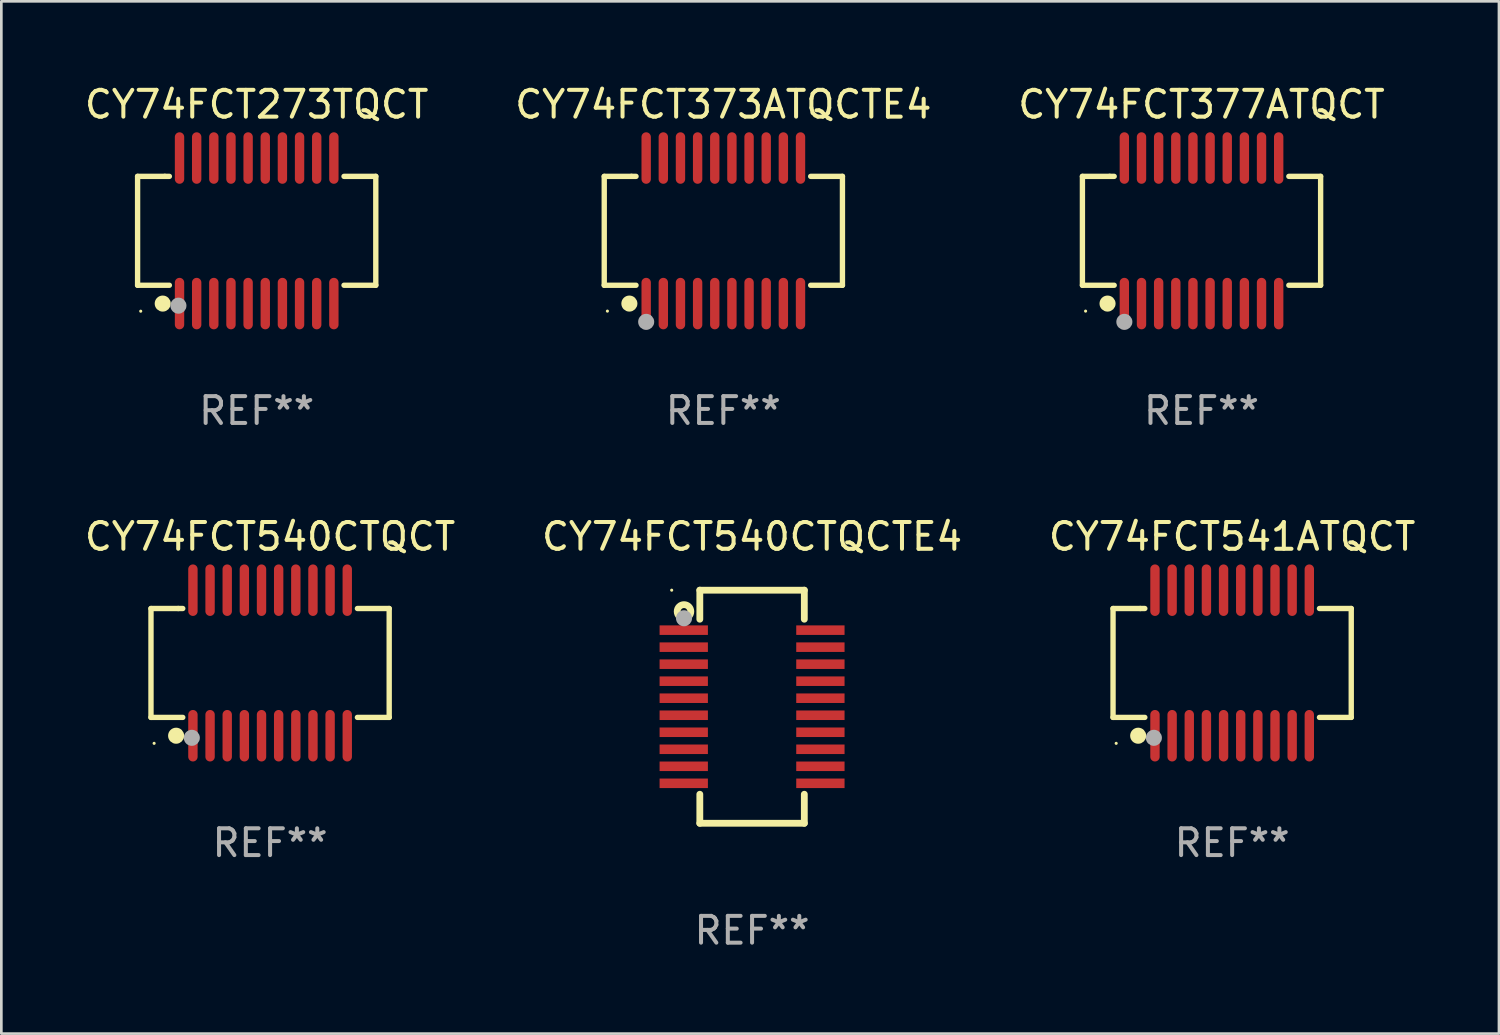
<source format=kicad_pcb>
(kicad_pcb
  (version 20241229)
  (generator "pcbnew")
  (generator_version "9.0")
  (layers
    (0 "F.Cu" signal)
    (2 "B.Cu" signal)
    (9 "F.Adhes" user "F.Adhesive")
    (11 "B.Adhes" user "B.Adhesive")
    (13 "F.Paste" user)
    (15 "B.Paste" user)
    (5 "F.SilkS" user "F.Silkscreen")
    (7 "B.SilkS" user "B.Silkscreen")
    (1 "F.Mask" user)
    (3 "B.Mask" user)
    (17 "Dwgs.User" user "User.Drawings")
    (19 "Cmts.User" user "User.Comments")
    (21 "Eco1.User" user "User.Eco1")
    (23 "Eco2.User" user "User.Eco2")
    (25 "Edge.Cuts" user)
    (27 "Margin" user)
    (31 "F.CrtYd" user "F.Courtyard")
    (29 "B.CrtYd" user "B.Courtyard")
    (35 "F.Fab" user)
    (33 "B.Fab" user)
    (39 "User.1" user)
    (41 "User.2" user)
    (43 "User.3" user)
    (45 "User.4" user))
  (footprint "CY74FCT540CTQCTE4"
    (layer "F.Cu")
    (at 25.018 23.326)
    (property "Reference" "CY74FCT540CTQCTE4" (at 0 -6.35 0) (layer "F.SilkS") (effects (font (size 1 1) (thickness 0.15))))
    (attr through_hole)
    (fp_line (start -1.95 -4.35) (end -1.95 -3.266) (stroke (width 0.254) (type solid)) (layer "F.SilkS"))
    (fp_line (start -1.95 -4.35) (end 1.95 -4.35) (stroke (width 0.254) (type solid)) (layer "F.SilkS"))
    (fp_line (start -1.95 3.266) (end -1.95 4.35) (stroke (width 0.254) (type solid)) (layer "F.SilkS"))
    (fp_line (start -1.95 4.35) (end 1.95 4.35) (stroke (width 0.254) (type solid)) (layer "F.SilkS"))
    (fp_line (start 1.95 -4.35) (end 1.95 -3.266) (stroke (width 0.254) (type solid)) (layer "F.SilkS"))
    (fp_line (start 1.95 3.266) (end 1.95 4.35) (stroke (width 0.254) (type solid)) (layer "F.SilkS"))
    (fp_circle (center -3 -4.35) (end -2.97 -4.35) (stroke (width 0.06) (type solid)) (fill no) (layer "F.SilkS"))
    (fp_circle (center -2.54 -3.556) (end -2.286 -3.556) (stroke (width 0.254) (type solid)) (fill no) (layer "F.SilkS"))
    (fp_circle (center -2.54 -3.302) (end -2.39 -3.302) (stroke (width 0.3) (type solid)) (fill no) (layer "F.Fab"))
    (fp_text user "REF**" (at 0 8.35 0) (layer "F.Fab") (effects (font (size 1 1) (thickness 0.15))))
    (pad "1" smd rect (at -2.55 -2.858) (size 1.803 0.356) (layers "F.Cu" "F.Mask" "F.Paste"))
    (pad "2" smd rect (at -2.55 -2.223) (size 1.803 0.356) (layers "F.Cu" "F.Mask" "F.Paste"))
    (pad "3" smd rect (at -2.55 -1.588) (size 1.803 0.356) (layers "F.Cu" "F.Mask" "F.Paste"))
    (pad "4" smd rect (at -2.55 -0.953) (size 1.803 0.356) (layers "F.Cu" "F.Mask" "F.Paste"))
    (pad "5" smd rect (at -2.55 -0.318) (size 1.803 0.356) (layers "F.Cu" "F.Mask" "F.Paste"))
    (pad "6" smd rect (at -2.55 0.318) (size 1.803 0.356) (layers "F.Cu" "F.Mask" "F.Paste"))
    (pad "7" smd rect (at -2.55 0.953) (size 1.803 0.356) (layers "F.Cu" "F.Mask" "F.Paste"))
    (pad "8" smd rect (at -2.55 1.588) (size 1.803 0.356) (layers "F.Cu" "F.Mask" "F.Paste"))
    (pad "9" smd rect (at -2.55 2.223) (size 1.803 0.356) (layers "F.Cu" "F.Mask" "F.Paste"))
    (pad "10" smd rect (at -2.55 2.858) (size 1.803 0.356) (layers "F.Cu" "F.Mask" "F.Paste"))
    (pad "11" smd rect (at 2.55 2.858) (size 1.803 0.356) (layers "F.Cu" "F.Mask" "F.Paste"))
    (pad "12" smd rect (at 2.55 2.223) (size 1.803 0.356) (layers "F.Cu" "F.Mask" "F.Paste"))
    (pad "13" smd rect (at 2.55 1.588) (size 1.803 0.356) (layers "F.Cu" "F.Mask" "F.Paste"))
    (pad "14" smd rect (at 2.55 0.953) (size 1.803 0.356) (layers "F.Cu" "F.Mask" "F.Paste"))
    (pad "15" smd rect (at 2.55 0.318) (size 1.803 0.356) (layers "F.Cu" "F.Mask" "F.Paste"))
    (pad "16" smd rect (at 2.55 -0.318) (size 1.803 0.356) (layers "F.Cu" "F.Mask" "F.Paste"))
    (pad "17" smd rect (at 2.55 -0.953) (size 1.803 0.356) (layers "F.Cu" "F.Mask" "F.Paste"))
    (pad "18" smd rect (at 2.55 -1.588) (size 1.803 0.356) (layers "F.Cu" "F.Mask" "F.Paste"))
    (pad "19" smd rect (at 2.55 -2.223) (size 1.803 0.356) (layers "F.Cu" "F.Mask" "F.Paste"))
    (pad "20" smd rect (at 2.55 -2.858) (size 1.803 0.356) (layers "F.Cu" "F.Mask" "F.Paste")))
  (footprint "CY74FCT373ATQCTE4"
    (layer "F.Cu")
    (at 23.946 5.564)
    (property "Reference" "CY74FCT373ATQCTE4" (at 0 -4.716 0) (layer "F.SilkS") (effects (font (size 1 1) (thickness 0.15))))
    (attr through_hole)
    (fp_line (start -4.445 -2.032) (end -4.445 2.032) (stroke (width 0.2) (type solid)) (layer "F.SilkS"))
    (fp_line (start -4.445 2.032) (end -3.259 2.032) (stroke (width 0.2) (type solid)) (layer "F.SilkS"))
    (fp_line (start -3.429 -2.032) (end -4.445 -2.032) (stroke (width 0.2) (type solid)) (layer "F.SilkS"))
    (fp_line (start -3.259 -2.032) (end -3.429 -2.032) (stroke (width 0.2) (type solid)) (layer "F.SilkS"))
    (fp_line (start 3.259 2.032) (end 4.445 2.032) (stroke (width 0.2) (type solid)) (layer "F.SilkS"))
    (fp_line (start 4.445 -2.032) (end 3.259 -2.032) (stroke (width 0.2) (type solid)) (layer "F.SilkS"))
    (fp_line (start 4.445 2.032) (end 4.445 -2.032) (stroke (width 0.2) (type solid)) (layer "F.SilkS"))
    (fp_circle (center -4.327 2.997) (end -4.297 2.997) (stroke (width 0.06) (type solid)) (fill no) (layer "F.SilkS"))
    (fp_circle (center -3.507 2.716) (end -3.357 2.716) (stroke (width 0.3) (type solid)) (fill no) (layer "F.SilkS"))
    (fp_circle (center -2.88 3.398) (end -2.73 3.398) (stroke (width 0.3) (type solid)) (fill no) (layer "F.Fab"))
    (fp_text user "REF**" (at 0 6.716 0) (layer "F.Fab") (effects (font (size 1 1) (thickness 0.15))))
    (pad "1" smd oval (at -2.88 2.716) (size 0.35 1.922) (layers "F.Cu" "F.Mask" "F.Paste"))
    (pad "2" smd oval (at -2.24 2.716) (size 0.35 1.922) (layers "F.Cu" "F.Mask" "F.Paste"))
    (pad "3" smd oval (at -1.6 2.716) (size 0.35 1.922) (layers "F.Cu" "F.Mask" "F.Paste"))
    (pad "4" smd oval (at -0.96 2.716) (size 0.35 1.922) (layers "F.Cu" "F.Mask" "F.Paste"))
    (pad "5" smd oval (at -0.32 2.716) (size 0.35 1.922) (layers "F.Cu" "F.Mask" "F.Paste"))
    (pad "6" smd oval (at 0.32 2.716) (size 0.35 1.922) (layers "F.Cu" "F.Mask" "F.Paste"))
    (pad "7" smd oval (at 0.96 2.716) (size 0.35 1.922) (layers "F.Cu" "F.Mask" "F.Paste"))
    (pad "8" smd oval (at 1.6 2.716) (size 0.35 1.922) (layers "F.Cu" "F.Mask" "F.Paste"))
    (pad "9" smd oval (at 2.24 2.716) (size 0.35 1.922) (layers "F.Cu" "F.Mask" "F.Paste"))
    (pad "10" smd oval (at 2.88 2.716) (size 0.35 1.922) (layers "F.Cu" "F.Mask" "F.Paste"))
    (pad "11" smd oval (at 2.88 -2.716) (size 0.35 1.922) (layers "F.Cu" "F.Mask" "F.Paste"))
    (pad "12" smd oval (at 2.24 -2.716) (size 0.35 1.922) (layers "F.Cu" "F.Mask" "F.Paste"))
    (pad "13" smd oval (at 1.6 -2.716) (size 0.35 1.922) (layers "F.Cu" "F.Mask" "F.Paste"))
    (pad "14" smd oval (at 0.96 -2.716) (size 0.35 1.922) (layers "F.Cu" "F.Mask" "F.Paste"))
    (pad "15" smd oval (at 0.32 -2.716) (size 0.35 1.922) (layers "F.Cu" "F.Mask" "F.Paste"))
    (pad "16" smd oval (at -0.32 -2.716) (size 0.35 1.922) (layers "F.Cu" "F.Mask" "F.Paste"))
    (pad "17" smd oval (at -0.96 -2.716) (size 0.35 1.922) (layers "F.Cu" "F.Mask" "F.Paste"))
    (pad "18" smd oval (at -1.6 -2.716) (size 0.35 1.922) (layers "F.Cu" "F.Mask" "F.Paste"))
    (pad "19" smd oval (at -2.24 -2.716) (size 0.35 1.922) (layers "F.Cu" "F.Mask" "F.Paste"))
    (pad "20" smd oval (at -2.88 -2.716) (size 0.35 1.922) (layers "F.Cu" "F.Mask" "F.Paste")))
  (footprint "CY74FCT541ATQCT"
    (layer "F.Cu")
    (at 42.935 21.692)
    (property "Reference" "CY74FCT541ATQCT" (at 0 -4.716 0) (layer "F.SilkS") (effects (font (size 1 1) (thickness 0.15))))
    (attr through_hole)
    (fp_line (start -4.445 -2.032) (end -4.445 2.032) (stroke (width 0.2) (type solid)) (layer "F.SilkS"))
    (fp_line (start -4.445 2.032) (end -3.259 2.032) (stroke (width 0.2) (type solid)) (layer "F.SilkS"))
    (fp_line (start -3.429 -2.032) (end -4.445 -2.032) (stroke (width 0.2) (type solid)) (layer "F.SilkS"))
    (fp_line (start -3.259 -2.032) (end -3.429 -2.032) (stroke (width 0.2) (type solid)) (layer "F.SilkS"))
    (fp_line (start 3.259 2.032) (end 4.445 2.032) (stroke (width 0.2) (type solid)) (layer "F.SilkS"))
    (fp_line (start 4.445 -2.032) (end 3.259 -2.032) (stroke (width 0.2) (type solid)) (layer "F.SilkS"))
    (fp_line (start 4.445 2.032) (end 4.445 -2.032) (stroke (width 0.2) (type solid)) (layer "F.SilkS"))
    (fp_circle (center -4.328 3) (end -4.298 3) (stroke (width 0.06) (type solid)) (fill no) (layer "F.SilkS"))
    (fp_circle (center -3.507 2.716) (end -3.357 2.716) (stroke (width 0.3) (type solid)) (fill no) (layer "F.SilkS"))
    (fp_circle (center -2.921 2.794) (end -2.771 2.794) (stroke (width 0.3) (type solid)) (fill no) (layer "F.Fab"))
    (fp_text user "REF**" (at 0 6.716 0) (layer "F.Fab") (effects (font (size 1 1) (thickness 0.15))))
    (pad "1" smd oval (at -2.88 2.716) (size 0.35 1.922) (layers "F.Cu" "F.Mask" "F.Paste"))
    (pad "2" smd oval (at -2.24 2.716) (size 0.35 1.922) (layers "F.Cu" "F.Mask" "F.Paste"))
    (pad "3" smd oval (at -1.6 2.716) (size 0.35 1.922) (layers "F.Cu" "F.Mask" "F.Paste"))
    (pad "4" smd oval (at -0.96 2.716) (size 0.35 1.922) (layers "F.Cu" "F.Mask" "F.Paste"))
    (pad "5" smd oval (at -0.32 2.716) (size 0.35 1.922) (layers "F.Cu" "F.Mask" "F.Paste"))
    (pad "6" smd oval (at 0.32 2.716) (size 0.35 1.922) (layers "F.Cu" "F.Mask" "F.Paste"))
    (pad "7" smd oval (at 0.96 2.716) (size 0.35 1.922) (layers "F.Cu" "F.Mask" "F.Paste"))
    (pad "8" smd oval (at 1.6 2.716) (size 0.35 1.922) (layers "F.Cu" "F.Mask" "F.Paste"))
    (pad "9" smd oval (at 2.24 2.716) (size 0.35 1.922) (layers "F.Cu" "F.Mask" "F.Paste"))
    (pad "10" smd oval (at 2.88 2.716) (size 0.35 1.922) (layers "F.Cu" "F.Mask" "F.Paste"))
    (pad "11" smd oval (at 2.88 -2.716) (size 0.35 1.922) (layers "F.Cu" "F.Mask" "F.Paste"))
    (pad "12" smd oval (at 2.24 -2.716) (size 0.35 1.922) (layers "F.Cu" "F.Mask" "F.Paste"))
    (pad "13" smd oval (at 1.6 -2.716) (size 0.35 1.922) (layers "F.Cu" "F.Mask" "F.Paste"))
    (pad "14" smd oval (at 0.96 -2.716) (size 0.35 1.922) (layers "F.Cu" "F.Mask" "F.Paste"))
    (pad "15" smd oval (at 0.32 -2.716) (size 0.35 1.922) (layers "F.Cu" "F.Mask" "F.Paste"))
    (pad "16" smd oval (at -0.32 -2.716) (size 0.35 1.922) (layers "F.Cu" "F.Mask" "F.Paste"))
    (pad "17" smd oval (at -0.96 -2.716) (size 0.35 1.922) (layers "F.Cu" "F.Mask" "F.Paste"))
    (pad "18" smd oval (at -1.6 -2.716) (size 0.35 1.922) (layers "F.Cu" "F.Mask" "F.Paste"))
    (pad "19" smd oval (at -2.24 -2.716) (size 0.35 1.922) (layers "F.Cu" "F.Mask" "F.Paste"))
    (pad "20" smd oval (at -2.88 -2.716) (size 0.35 1.922) (layers "F.Cu" "F.Mask" "F.Paste")))
  (footprint "CY74FCT273TQCT"
    (layer "F.Cu")
    (at 6.53 5.564)
    (property "Reference" "CY74FCT273TQCT" (at 0 -4.716 0) (layer "F.SilkS") (effects (font (size 1 1) (thickness 0.15))))
    (attr through_hole)
    (fp_line (start -4.445 -2.032) (end -4.445 2.032) (stroke (width 0.2) (type solid)) (layer "F.SilkS"))
    (fp_line (start -4.445 2.032) (end -3.259 2.032) (stroke (width 0.2) (type solid)) (layer "F.SilkS"))
    (fp_line (start -3.429 -2.032) (end -4.445 -2.032) (stroke (width 0.2) (type solid)) (layer "F.SilkS"))
    (fp_line (start -3.259 -2.032) (end -3.429 -2.032) (stroke (width 0.2) (type solid)) (layer "F.SilkS"))
    (fp_line (start 3.259 2.032) (end 4.445 2.032) (stroke (width 0.2) (type solid)) (layer "F.SilkS"))
    (fp_line (start 4.445 -2.032) (end 3.259 -2.032) (stroke (width 0.2) (type solid)) (layer "F.SilkS"))
    (fp_line (start 4.445 2.032) (end 4.445 -2.032) (stroke (width 0.2) (type solid)) (layer "F.SilkS"))
    (fp_circle (center -4.328 3) (end -4.298 3) (stroke (width 0.06) (type solid)) (fill no) (layer "F.SilkS"))
    (fp_circle (center -3.507 2.716) (end -3.357 2.716) (stroke (width 0.3) (type solid)) (fill no) (layer "F.SilkS"))
    (fp_circle (center -2.921 2.794) (end -2.771 2.794) (stroke (width 0.3) (type solid)) (fill no) (layer "F.Fab"))
    (fp_text user "REF**" (at 0 6.716 0) (layer "F.Fab") (effects (font (size 1 1) (thickness 0.15))))
    (pad "1" smd oval (at -2.88 2.716) (size 0.35 1.922) (layers "F.Cu" "F.Mask" "F.Paste"))
    (pad "2" smd oval (at -2.24 2.716) (size 0.35 1.922) (layers "F.Cu" "F.Mask" "F.Paste"))
    (pad "3" smd oval (at -1.6 2.716) (size 0.35 1.922) (layers "F.Cu" "F.Mask" "F.Paste"))
    (pad "4" smd oval (at -0.96 2.716) (size 0.35 1.922) (layers "F.Cu" "F.Mask" "F.Paste"))
    (pad "5" smd oval (at -0.32 2.716) (size 0.35 1.922) (layers "F.Cu" "F.Mask" "F.Paste"))
    (pad "6" smd oval (at 0.32 2.716) (size 0.35 1.922) (layers "F.Cu" "F.Mask" "F.Paste"))
    (pad "7" smd oval (at 0.96 2.716) (size 0.35 1.922) (layers "F.Cu" "F.Mask" "F.Paste"))
    (pad "8" smd oval (at 1.6 2.716) (size 0.35 1.922) (layers "F.Cu" "F.Mask" "F.Paste"))
    (pad "9" smd oval (at 2.24 2.716) (size 0.35 1.922) (layers "F.Cu" "F.Mask" "F.Paste"))
    (pad "10" smd oval (at 2.88 2.716) (size 0.35 1.922) (layers "F.Cu" "F.Mask" "F.Paste"))
    (pad "11" smd oval (at 2.88 -2.716) (size 0.35 1.922) (layers "F.Cu" "F.Mask" "F.Paste"))
    (pad "12" smd oval (at 2.24 -2.716) (size 0.35 1.922) (layers "F.Cu" "F.Mask" "F.Paste"))
    (pad "13" smd oval (at 1.6 -2.716) (size 0.35 1.922) (layers "F.Cu" "F.Mask" "F.Paste"))
    (pad "14" smd oval (at 0.96 -2.716) (size 0.35 1.922) (layers "F.Cu" "F.Mask" "F.Paste"))
    (pad "15" smd oval (at 0.32 -2.716) (size 0.35 1.922) (layers "F.Cu" "F.Mask" "F.Paste"))
    (pad "16" smd oval (at -0.32 -2.716) (size 0.35 1.922) (layers "F.Cu" "F.Mask" "F.Paste"))
    (pad "17" smd oval (at -0.96 -2.716) (size 0.35 1.922) (layers "F.Cu" "F.Mask" "F.Paste"))
    (pad "18" smd oval (at -1.6 -2.716) (size 0.35 1.922) (layers "F.Cu" "F.Mask" "F.Paste"))
    (pad "19" smd oval (at -2.24 -2.716) (size 0.35 1.922) (layers "F.Cu" "F.Mask" "F.Paste"))
    (pad "20" smd oval (at -2.88 -2.716) (size 0.35 1.922) (layers "F.Cu" "F.Mask" "F.Paste")))
  (footprint "CY74FCT540CTQCT"
    (layer "F.Cu")
    (at 7.03 21.692)
    (property "Reference" "CY74FCT540CTQCT" (at 0 -4.716 0) (layer "F.SilkS") (effects (font (size 1 1) (thickness 0.15))))
    (attr through_hole)
    (fp_line (start -4.445 -2.032) (end -4.445 2.032) (stroke (width 0.2) (type solid)) (layer "F.SilkS"))
    (fp_line (start -4.445 2.032) (end -3.259 2.032) (stroke (width 0.2) (type solid)) (layer "F.SilkS"))
    (fp_line (start -3.429 -2.032) (end -4.445 -2.032) (stroke (width 0.2) (type solid)) (layer "F.SilkS"))
    (fp_line (start -3.259 -2.032) (end -3.429 -2.032) (stroke (width 0.2) (type solid)) (layer "F.SilkS"))
    (fp_line (start 3.259 2.032) (end 4.445 2.032) (stroke (width 0.2) (type solid)) (layer "F.SilkS"))
    (fp_line (start 4.445 -2.032) (end 3.259 -2.032) (stroke (width 0.2) (type solid)) (layer "F.SilkS"))
    (fp_line (start 4.445 2.032) (end 4.445 -2.032) (stroke (width 0.2) (type solid)) (layer "F.SilkS"))
    (fp_circle (center -4.328 3) (end -4.298 3) (stroke (width 0.06) (type solid)) (fill no) (layer "F.SilkS"))
    (fp_circle (center -3.507 2.716) (end -3.357 2.716) (stroke (width 0.3) (type solid)) (fill no) (layer "F.SilkS"))
    (fp_circle (center -2.921 2.794) (end -2.771 2.794) (stroke (width 0.3) (type solid)) (fill no) (layer "F.Fab"))
    (fp_text user "REF**" (at 0 6.716 0) (layer "F.Fab") (effects (font (size 1 1) (thickness 0.15))))
    (pad "1" smd oval (at -2.88 2.716) (size 0.35 1.922) (layers "F.Cu" "F.Mask" "F.Paste"))
    (pad "2" smd oval (at -2.24 2.716) (size 0.35 1.922) (layers "F.Cu" "F.Mask" "F.Paste"))
    (pad "3" smd oval (at -1.6 2.716) (size 0.35 1.922) (layers "F.Cu" "F.Mask" "F.Paste"))
    (pad "4" smd oval (at -0.96 2.716) (size 0.35 1.922) (layers "F.Cu" "F.Mask" "F.Paste"))
    (pad "5" smd oval (at -0.32 2.716) (size 0.35 1.922) (layers "F.Cu" "F.Mask" "F.Paste"))
    (pad "6" smd oval (at 0.32 2.716) (size 0.35 1.922) (layers "F.Cu" "F.Mask" "F.Paste"))
    (pad "7" smd oval (at 0.96 2.716) (size 0.35 1.922) (layers "F.Cu" "F.Mask" "F.Paste"))
    (pad "8" smd oval (at 1.6 2.716) (size 0.35 1.922) (layers "F.Cu" "F.Mask" "F.Paste"))
    (pad "9" smd oval (at 2.24 2.716) (size 0.35 1.922) (layers "F.Cu" "F.Mask" "F.Paste"))
    (pad "10" smd oval (at 2.88 2.716) (size 0.35 1.922) (layers "F.Cu" "F.Mask" "F.Paste"))
    (pad "11" smd oval (at 2.88 -2.716) (size 0.35 1.922) (layers "F.Cu" "F.Mask" "F.Paste"))
    (pad "12" smd oval (at 2.24 -2.716) (size 0.35 1.922) (layers "F.Cu" "F.Mask" "F.Paste"))
    (pad "13" smd oval (at 1.6 -2.716) (size 0.35 1.922) (layers "F.Cu" "F.Mask" "F.Paste"))
    (pad "14" smd oval (at 0.96 -2.716) (size 0.35 1.922) (layers "F.Cu" "F.Mask" "F.Paste"))
    (pad "15" smd oval (at 0.32 -2.716) (size 0.35 1.922) (layers "F.Cu" "F.Mask" "F.Paste"))
    (pad "16" smd oval (at -0.32 -2.716) (size 0.35 1.922) (layers "F.Cu" "F.Mask" "F.Paste"))
    (pad "17" smd oval (at -0.96 -2.716) (size 0.35 1.922) (layers "F.Cu" "F.Mask" "F.Paste"))
    (pad "18" smd oval (at -1.6 -2.716) (size 0.35 1.922) (layers "F.Cu" "F.Mask" "F.Paste"))
    (pad "19" smd oval (at -2.24 -2.716) (size 0.35 1.922) (layers "F.Cu" "F.Mask" "F.Paste"))
    (pad "20" smd oval (at -2.88 -2.716) (size 0.35 1.922) (layers "F.Cu" "F.Mask" "F.Paste")))
  (footprint "CY74FCT377ATQCT"
    (layer "F.Cu")
    (at 41.792 5.564)
    (property "Reference" "CY74FCT377ATQCT" (at 0 -4.716 0) (layer "F.SilkS") (effects (font (size 1 1) (thickness 0.15))))
    (attr through_hole)
    (fp_line (start -4.445 -2.032) (end -4.445 2.032) (stroke (width 0.2) (type solid)) (layer "F.SilkS"))
    (fp_line (start -4.445 2.032) (end -3.259 2.032) (stroke (width 0.2) (type solid)) (layer "F.SilkS"))
    (fp_line (start -3.429 -2.032) (end -4.445 -2.032) (stroke (width 0.2) (type solid)) (layer "F.SilkS"))
    (fp_line (start -3.259 -2.032) (end -3.429 -2.032) (stroke (width 0.2) (type solid)) (layer "F.SilkS"))
    (fp_line (start 3.259 2.032) (end 4.445 2.032) (stroke (width 0.2) (type solid)) (layer "F.SilkS"))
    (fp_line (start 4.445 -2.032) (end 3.259 -2.032) (stroke (width 0.2) (type solid)) (layer "F.SilkS"))
    (fp_line (start 4.445 2.032) (end 4.445 -2.032) (stroke (width 0.2) (type solid)) (layer "F.SilkS"))
    (fp_circle (center -4.327 2.997) (end -4.297 2.997) (stroke (width 0.06) (type solid)) (fill no) (layer "F.SilkS"))
    (fp_circle (center -3.507 2.716) (end -3.357 2.716) (stroke (width 0.3) (type solid)) (fill no) (layer "F.SilkS"))
    (fp_circle (center -2.88 3.398) (end -2.73 3.398) (stroke (width 0.3) (type solid)) (fill no) (layer "F.Fab"))
    (fp_text user "REF**" (at 0 6.716 0) (layer "F.Fab") (effects (font (size 1 1) (thickness 0.15))))
    (pad "1" smd oval (at -2.88 2.716) (size 0.35 1.922) (layers "F.Cu" "F.Mask" "F.Paste"))
    (pad "2" smd oval (at -2.24 2.716) (size 0.35 1.922) (layers "F.Cu" "F.Mask" "F.Paste"))
    (pad "3" smd oval (at -1.6 2.716) (size 0.35 1.922) (layers "F.Cu" "F.Mask" "F.Paste"))
    (pad "4" smd oval (at -0.96 2.716) (size 0.35 1.922) (layers "F.Cu" "F.Mask" "F.Paste"))
    (pad "5" smd oval (at -0.32 2.716) (size 0.35 1.922) (layers "F.Cu" "F.Mask" "F.Paste"))
    (pad "6" smd oval (at 0.32 2.716) (size 0.35 1.922) (layers "F.Cu" "F.Mask" "F.Paste"))
    (pad "7" smd oval (at 0.96 2.716) (size 0.35 1.922) (layers "F.Cu" "F.Mask" "F.Paste"))
    (pad "8" smd oval (at 1.6 2.716) (size 0.35 1.922) (layers "F.Cu" "F.Mask" "F.Paste"))
    (pad "9" smd oval (at 2.24 2.716) (size 0.35 1.922) (layers "F.Cu" "F.Mask" "F.Paste"))
    (pad "10" smd oval (at 2.88 2.716) (size 0.35 1.922) (layers "F.Cu" "F.Mask" "F.Paste"))
    (pad "11" smd oval (at 2.88 -2.716) (size 0.35 1.922) (layers "F.Cu" "F.Mask" "F.Paste"))
    (pad "12" smd oval (at 2.24 -2.716) (size 0.35 1.922) (layers "F.Cu" "F.Mask" "F.Paste"))
    (pad "13" smd oval (at 1.6 -2.716) (size 0.35 1.922) (layers "F.Cu" "F.Mask" "F.Paste"))
    (pad "14" smd oval (at 0.96 -2.716) (size 0.35 1.922) (layers "F.Cu" "F.Mask" "F.Paste"))
    (pad "15" smd oval (at 0.32 -2.716) (size 0.35 1.922) (layers "F.Cu" "F.Mask" "F.Paste"))
    (pad "16" smd oval (at -0.32 -2.716) (size 0.35 1.922) (layers "F.Cu" "F.Mask" "F.Paste"))
    (pad "17" smd oval (at -0.96 -2.716) (size 0.35 1.922) (layers "F.Cu" "F.Mask" "F.Paste"))
    (pad "18" smd oval (at -1.6 -2.716) (size 0.35 1.922) (layers "F.Cu" "F.Mask" "F.Paste"))
    (pad "19" smd oval (at -2.24 -2.716) (size 0.35 1.922) (layers "F.Cu" "F.Mask" "F.Paste"))
    (pad "20" smd oval (at -2.88 -2.716) (size 0.35 1.922) (layers "F.Cu" "F.Mask" "F.Paste")))
  (gr_rect
    (start -3 -3)
    (end 52.893 35.525)
    (stroke (width 0.1) (type default))
    (fill no)
    (layer "Edge.Cuts")))
</source>
